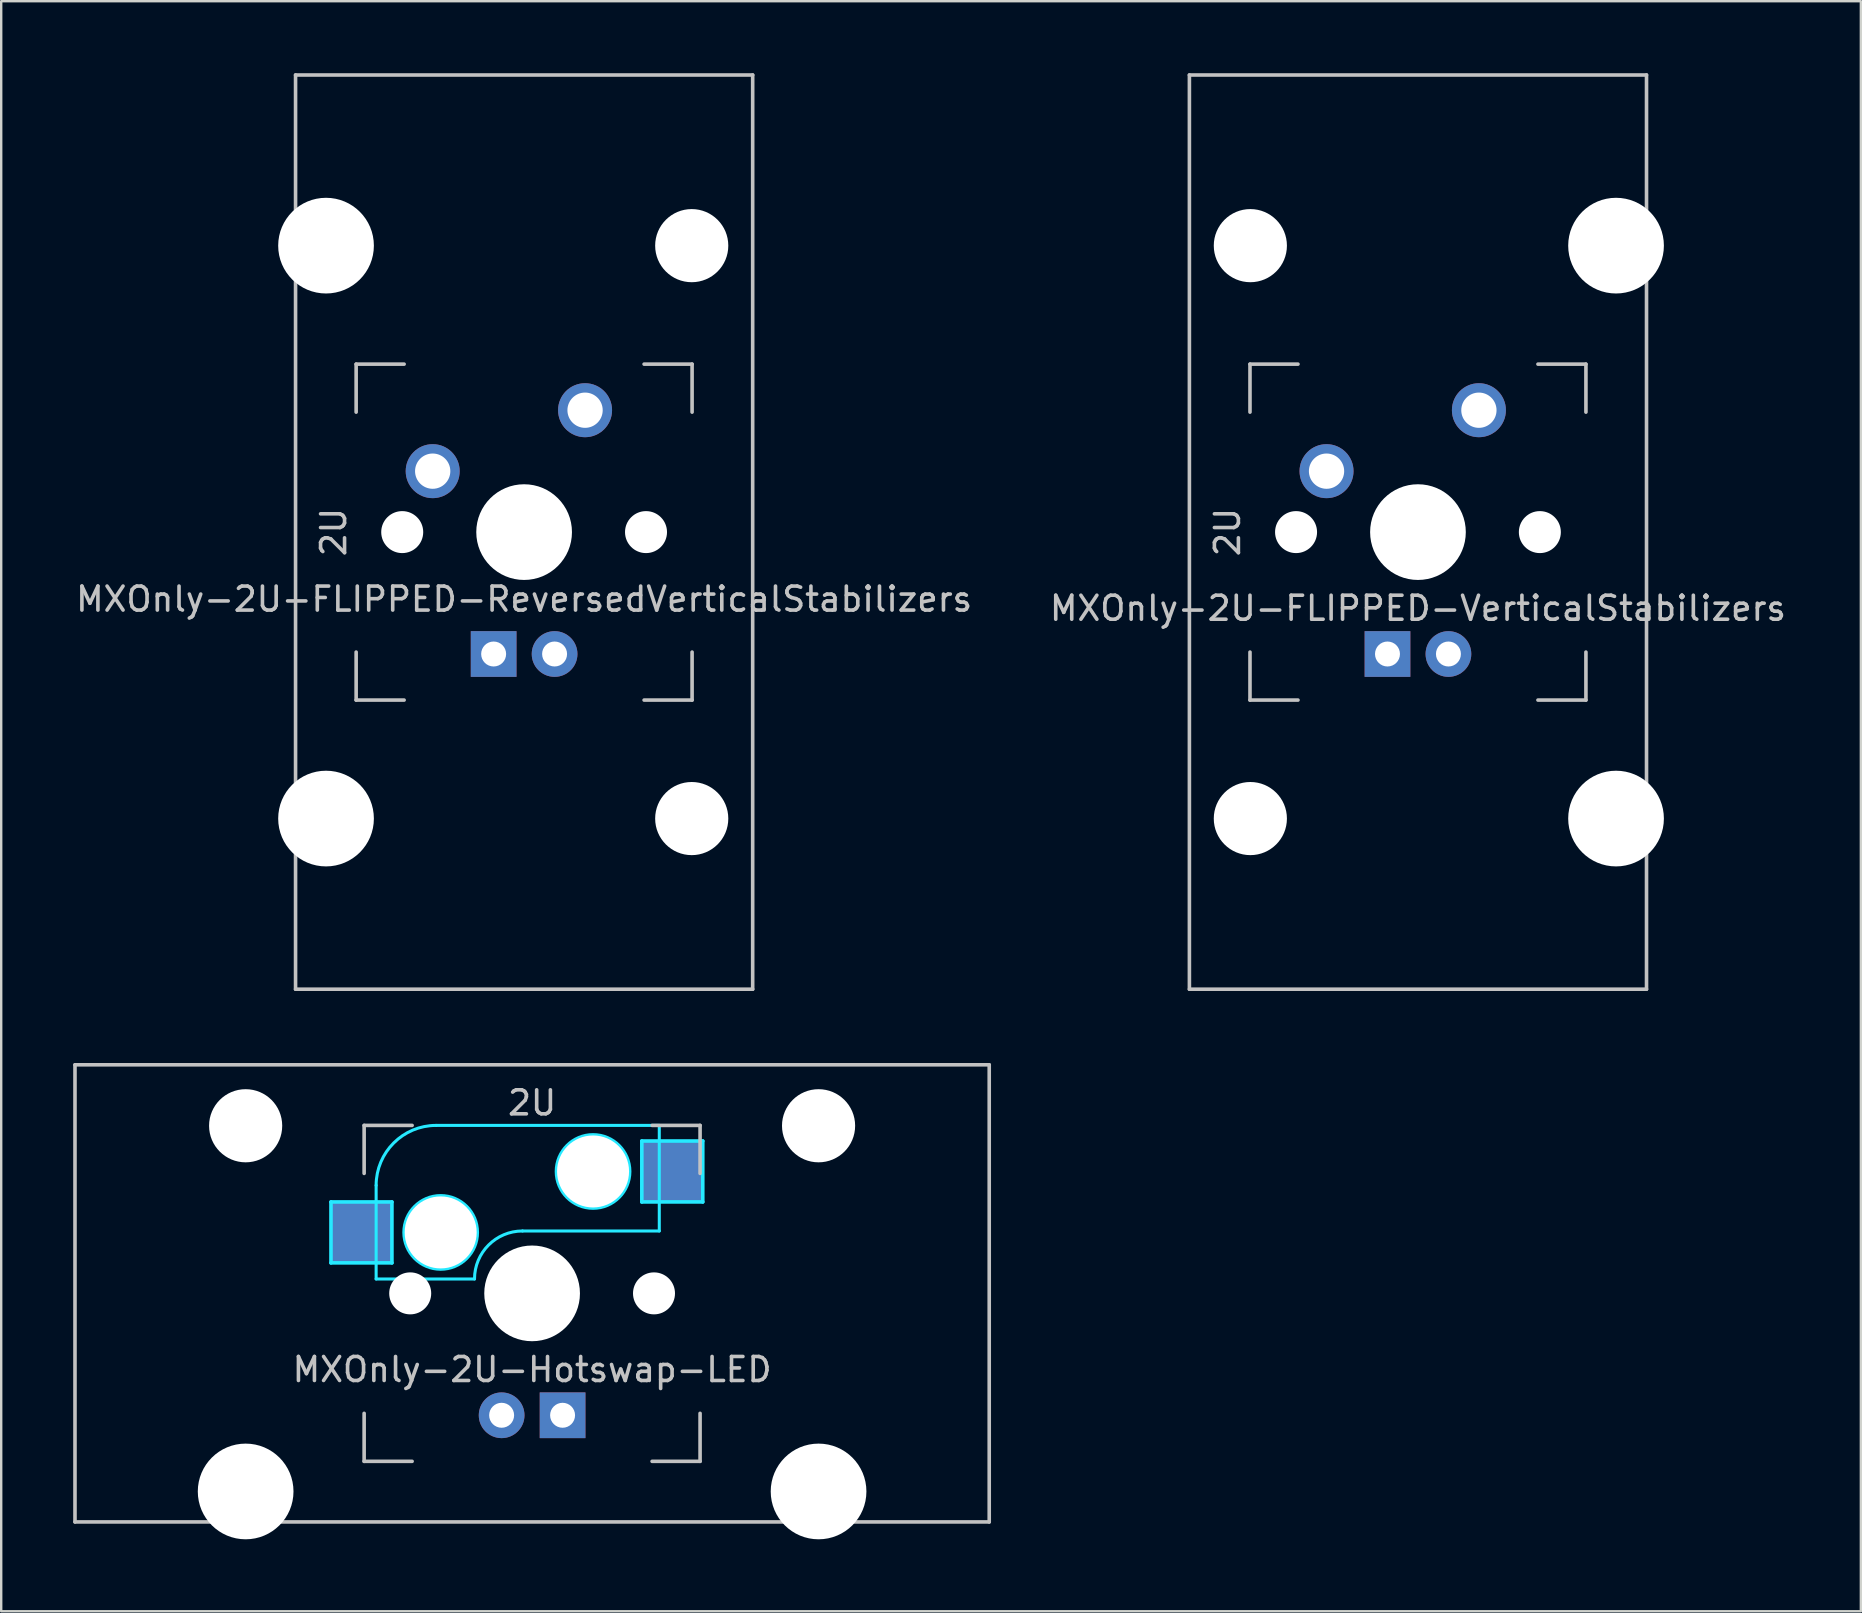
<source format=kicad_pcb>
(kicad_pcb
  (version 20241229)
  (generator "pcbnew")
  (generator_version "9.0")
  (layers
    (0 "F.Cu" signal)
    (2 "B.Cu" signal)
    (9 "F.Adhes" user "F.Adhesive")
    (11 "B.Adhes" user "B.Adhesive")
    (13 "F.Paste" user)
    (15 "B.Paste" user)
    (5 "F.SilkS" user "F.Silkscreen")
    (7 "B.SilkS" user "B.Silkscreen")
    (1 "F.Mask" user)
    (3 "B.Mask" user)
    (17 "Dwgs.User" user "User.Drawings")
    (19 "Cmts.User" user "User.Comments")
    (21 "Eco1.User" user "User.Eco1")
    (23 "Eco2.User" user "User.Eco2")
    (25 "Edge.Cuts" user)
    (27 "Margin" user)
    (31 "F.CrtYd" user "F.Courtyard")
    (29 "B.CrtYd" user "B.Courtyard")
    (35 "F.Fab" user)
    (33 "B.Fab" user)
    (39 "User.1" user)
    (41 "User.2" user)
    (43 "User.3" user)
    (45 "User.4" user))
  (footprint "MXOnly-2U-FLIPPED-ReversedVerticalStabilizers"
    (layer "F.Cu")
    (at 18.792 19.125)
    (property "Reference" "MXOnly-2U-FLIPPED-ReversedVerticalStabilizers" (at 0 2.794 0) (layer "Dwgs.User") (effects (font (size 1 1) (thickness 0.15))))
    (attr through_hole)
    (fp_line (start -9.525 -19.05) (end 9.525 -19.05) (stroke (width 0.15) (type solid)) (layer "Dwgs.User"))
    (fp_line (start -9.525 19.05) (end -9.525 -19.05) (stroke (width 0.15) (type solid)) (layer "Dwgs.User"))
    (fp_line (start -7 -7) (end -7 -5) (stroke (width 0.15) (type solid)) (layer "Dwgs.User"))
    (fp_line (start -7 5) (end -7 7) (stroke (width 0.15) (type solid)) (layer "Dwgs.User"))
    (fp_line (start -7 7) (end -5 7) (stroke (width 0.15) (type solid)) (layer "Dwgs.User"))
    (fp_line (start -5 -7) (end -7 -7) (stroke (width 0.15) (type solid)) (layer "Dwgs.User"))
    (fp_line (start 5 -7) (end 7 -7) (stroke (width 0.15) (type solid)) (layer "Dwgs.User"))
    (fp_line (start 5 7) (end 7 7) (stroke (width 0.15) (type solid)) (layer "Dwgs.User"))
    (fp_line (start 7 -7) (end 7 -5) (stroke (width 0.15) (type solid)) (layer "Dwgs.User"))
    (fp_line (start 7 7) (end 7 5) (stroke (width 0.15) (type solid)) (layer "Dwgs.User"))
    (fp_line (start 9.525 19.05) (end -9.525 19.05) (stroke (width 0.15) (type solid)) (layer "Dwgs.User"))
    (fp_line (start 9.525 19.05) (end 9.525 -19.05) (stroke (width 0.15) (type solid)) (layer "Dwgs.User"))
    (fp_text user "2U" (at -7.938 0 270) (layer "Dwgs.User") (effects (font (size 1 1) (thickness 0.15))))
    (pad "" np_thru_hole circle (at -8.255 -11.938 90) (size 3.988 3.988) (drill 3.988) (layers "*.Cu" "*.Mask"))
    (pad "" np_thru_hole circle (at -8.255 11.938 90) (size 3.988 3.988) (drill 3.988) (layers "*.Cu" "*.Mask"))
    (pad "" np_thru_hole circle (at -5.08 0 48.1) (size 1.75 1.75) (drill 1.75) (layers "*.Cu" "*.Mask"))
    (pad "" np_thru_hole circle (at 0 0) (size 3.988 3.988) (drill 3.988) (layers "*.Cu" "*.Mask"))
    (pad "" np_thru_hole circle (at 5.08 0 48.1) (size 1.75 1.75) (drill 1.75) (layers "*.Cu" "*.Mask"))
    (pad "" np_thru_hole circle (at 6.985 -11.938 180) (size 3.048 3.048) (drill 3.048) (layers "*.Cu" "*.Mask"))
    (pad "" np_thru_hole circle (at 6.985 11.938 90) (size 3.048 3.048) (drill 3.048) (layers "*.Cu" "*.Mask"))
    (pad "1" thru_hole circle (at -3.81 -2.54) (size 2.25 2.25) (drill 1.47) (layers "*.Cu" "B.Mask"))
    (pad "2" thru_hole circle (at 2.54 -5.08) (size 2.25 2.25) (drill 1.47) (layers "*.Cu" "B.Mask"))
    (pad "3" thru_hole circle (at 1.27 5.08) (size 1.905 1.905) (drill 1.04) (layers "*.Cu" "B.Mask"))
    (pad "4" thru_hole rect (at -1.27 5.08) (size 1.905 1.905) (drill 1.04) (layers "*.Cu" "B.Mask")))
  (footprint "MXOnly-2U-FLIPPED-VerticalStabilizers"
    (layer "F.Cu")
    (at 56.042 19.125)
    (property "Reference" "MXOnly-2U-FLIPPED-VerticalStabilizers" (at 0 3.175 0) (layer "Dwgs.User") (effects (font (size 1 1) (thickness 0.15))))
    (attr through_hole)
    (fp_line (start -9.525 -19.05) (end 9.525 -19.05) (stroke (width 0.15) (type solid)) (layer "Dwgs.User"))
    (fp_line (start -9.525 19.05) (end -9.525 -19.05) (stroke (width 0.15) (type solid)) (layer "Dwgs.User"))
    (fp_line (start -7 -7) (end -7 -5) (stroke (width 0.15) (type solid)) (layer "Dwgs.User"))
    (fp_line (start -7 5) (end -7 7) (stroke (width 0.15) (type solid)) (layer "Dwgs.User"))
    (fp_line (start -7 7) (end -5 7) (stroke (width 0.15) (type solid)) (layer "Dwgs.User"))
    (fp_line (start -5 -7) (end -7 -7) (stroke (width 0.15) (type solid)) (layer "Dwgs.User"))
    (fp_line (start 5 -7) (end 7 -7) (stroke (width 0.15) (type solid)) (layer "Dwgs.User"))
    (fp_line (start 5 7) (end 7 7) (stroke (width 0.15) (type solid)) (layer "Dwgs.User"))
    (fp_line (start 7 -7) (end 7 -5) (stroke (width 0.15) (type solid)) (layer "Dwgs.User"))
    (fp_line (start 7 7) (end 7 5) (stroke (width 0.15) (type solid)) (layer "Dwgs.User"))
    (fp_line (start 9.525 19.05) (end -9.525 19.05) (stroke (width 0.15) (type solid)) (layer "Dwgs.User"))
    (fp_line (start 9.525 19.05) (end 9.525 -19.05) (stroke (width 0.15) (type solid)) (layer "Dwgs.User"))
    (fp_text user "2U" (at -7.938 0 270) (layer "Dwgs.User") (effects (font (size 1 1) (thickness 0.15))))
    (pad "" np_thru_hole circle (at -6.985 -11.938 180) (size 3.048 3.048) (drill 3.048) (layers "*.Cu" "*.Mask"))
    (pad "" np_thru_hole circle (at -6.985 11.938 90) (size 3.048 3.048) (drill 3.048) (layers "*.Cu" "*.Mask"))
    (pad "" np_thru_hole circle (at -5.08 0 48.1) (size 1.75 1.75) (drill 1.75) (layers "*.Cu" "*.Mask"))
    (pad "" np_thru_hole circle (at 0 0) (size 3.988 3.988) (drill 3.988) (layers "*.Cu" "*.Mask"))
    (pad "" np_thru_hole circle (at 5.08 0 48.1) (size 1.75 1.75) (drill 1.75) (layers "*.Cu" "*.Mask"))
    (pad "" np_thru_hole circle (at 8.255 -11.938 90) (size 3.988 3.988) (drill 3.988) (layers "*.Cu" "*.Mask"))
    (pad "" np_thru_hole circle (at 8.255 11.938 90) (size 3.988 3.988) (drill 3.988) (layers "*.Cu" "*.Mask"))
    (pad "1" thru_hole circle (at -3.81 -2.54) (size 2.25 2.25) (drill 1.47) (layers "*.Cu" "B.Mask"))
    (pad "2" thru_hole circle (at 2.54 -5.08) (size 2.25 2.25) (drill 1.47) (layers "*.Cu" "B.Mask"))
    (pad "3" thru_hole circle (at 1.27 5.08) (size 1.905 1.905) (drill 1.04) (layers "*.Cu" "B.Mask"))
    (pad "4" thru_hole rect (at -1.27 5.08) (size 1.905 1.905) (drill 1.04) (layers "*.Cu" "B.Mask")))
  (footprint "MXOnly-2U-Hotswap-LED"
    (layer "F.Cu")
    (at 19.125 50.85)
    (property "Reference" "MXOnly-2U-Hotswap-LED" (at 0 3.175 0) (layer "Dwgs.User") (effects (font (size 1 1) (thickness 0.15))))
    (attr through_hole)
    (fp_line (start -19.05 -9.525) (end 19.05 -9.525) (stroke (width 0.15) (type solid)) (layer "Dwgs.User"))
    (fp_line (start -19.05 9.525) (end -19.05 -9.525) (stroke (width 0.15) (type solid)) (layer "Dwgs.User"))
    (fp_line (start -7 -7) (end -7 -5) (stroke (width 0.15) (type solid)) (layer "Dwgs.User"))
    (fp_line (start -7 5) (end -7 7) (stroke (width 0.15) (type solid)) (layer "Dwgs.User"))
    (fp_line (start -7 7) (end -5 7) (stroke (width 0.15) (type solid)) (layer "Dwgs.User"))
    (fp_line (start -5 -7) (end -7 -7) (stroke (width 0.15) (type solid)) (layer "Dwgs.User"))
    (fp_line (start 5 -7) (end 7 -7) (stroke (width 0.15) (type solid)) (layer "Dwgs.User"))
    (fp_line (start 5 7) (end 7 7) (stroke (width 0.15) (type solid)) (layer "Dwgs.User"))
    (fp_line (start 7 -7) (end 7 -5) (stroke (width 0.15) (type solid)) (layer "Dwgs.User"))
    (fp_line (start 7 7) (end 7 5) (stroke (width 0.15) (type solid)) (layer "Dwgs.User"))
    (fp_line (start 19.05 -9.525) (end 19.05 9.525) (stroke (width 0.15) (type solid)) (layer "Dwgs.User"))
    (fp_line (start 19.05 9.525) (end -19.05 9.525) (stroke (width 0.15) (type solid)) (layer "Dwgs.User"))
    (fp_line (start -8.382 -3.81) (end -5.842 -3.81) (stroke (width 0.15) (type solid)) (layer "B.CrtYd"))
    (fp_line (start -8.382 -1.27) (end -8.382 -3.81) (stroke (width 0.15) (type solid)) (layer "B.CrtYd"))
    (fp_line (start -6.5 -4.5) (end -6.5 -0.6) (stroke (width 0.127) (type solid)) (layer "B.CrtYd"))
    (fp_line (start -6.5 -0.6) (end -2.4 -0.6) (stroke (width 0.127) (type solid)) (layer "B.CrtYd"))
    (fp_line (start -5.842 -3.81) (end -5.842 -1.27) (stroke (width 0.15) (type solid)) (layer "B.CrtYd"))
    (fp_line (start -5.842 -1.27) (end -8.382 -1.27) (stroke (width 0.15) (type solid)) (layer "B.CrtYd"))
    (fp_line (start -0.4 -2.6) (end 5.3 -2.6) (stroke (width 0.127) (type solid)) (layer "B.CrtYd"))
    (fp_line (start 4.572 -6.35) (end 7.112 -6.35) (stroke (width 0.15) (type solid)) (layer "B.CrtYd"))
    (fp_line (start 4.572 -3.81) (end 4.572 -6.35) (stroke (width 0.15) (type solid)) (layer "B.CrtYd"))
    (fp_line (start 5.3 -7) (end -4 -7) (stroke (width 0.127) (type solid)) (layer "B.CrtYd"))
    (fp_line (start 5.3 -7) (end 5.3 -2.6) (stroke (width 0.127) (type solid)) (layer "B.CrtYd"))
    (fp_line (start 7.112 -6.35) (end 7.112 -3.81) (stroke (width 0.15) (type solid)) (layer "B.CrtYd"))
    (fp_line (start 7.112 -3.81) (end 4.572 -3.81) (stroke (width 0.15) (type solid)) (layer "B.CrtYd"))
    (fp_arc (start -6.5 -4.5) (mid -5.767767 -6.267767) (end -4 -7) (stroke (width 0.127) (type solid)) (layer "B.CrtYd"))
    (fp_arc (start -2.4 -0.6) (mid -1.814214 -2.014214) (end -0.4 -2.6) (stroke (width 0.127) (type solid)) (layer "B.CrtYd"))
    (fp_circle (center -3.81 -2.54) (end -3.81 -4.064) (stroke (width 0.15) (type solid)) (fill no) (layer "B.CrtYd"))
    (fp_circle (center 2.54 -5.08) (end 2.54 -6.604) (stroke (width 0.15) (type solid)) (fill no) (layer "B.CrtYd"))
    (fp_text user "2U" (at 0 -7.938 0) (layer "Dwgs.User") (effects (font (size 1 1) (thickness 0.15))))
    (pad "" np_thru_hole circle (at -11.938 -6.985) (size 3.048 3.048) (drill 3.048) (layers "*.Cu" "*.Mask"))
    (pad "" np_thru_hole circle (at -11.938 8.255) (size 3.988 3.988) (drill 3.988) (layers "*.Cu" "*.Mask"))
    (pad "" np_thru_hole circle (at -5.08 0 48.1) (size 1.75 1.75) (drill 1.75) (layers "*.Cu" "*.Mask"))
    (pad "" np_thru_hole circle (at -3.81 -2.54) (size 3 3) (drill 3) (layers "*.Cu" "*.Mask"))
    (pad "" np_thru_hole circle (at 0 0) (size 3.988 3.988) (drill 3.988) (layers "*.Cu" "*.Mask"))
    (pad "" np_thru_hole circle (at 2.54 -5.08) (size 3 3) (drill 3) (layers "*.Cu" "*.Mask"))
    (pad "" np_thru_hole circle (at 5.08 0 48.1) (size 1.75 1.75) (drill 1.75) (layers "*.Cu" "*.Mask"))
    (pad "" np_thru_hole circle (at 11.938 -6.985) (size 3.048 3.048) (drill 3.048) (layers "*.Cu" "*.Mask"))
    (pad "" np_thru_hole circle (at 11.938 8.255) (size 3.988 3.988) (drill 3.988) (layers "*.Cu" "*.Mask"))
    (pad "1" smd rect (at -7.085 -2.54) (size 2.55 2.5) (layers "B.Cu" "B.Mask" "B.Paste"))
    (pad "2" smd rect (at 5.842 -5.08) (size 2.55 2.5) (layers "B.Cu" "B.Mask" "B.Paste"))
    (pad "3" thru_hole circle (at -1.27 5.08) (size 1.905 1.905) (drill 1.04) (layers "*.Cu" "B.Mask"))
    (pad "4" thru_hole rect (at 1.27 5.08) (size 1.905 1.905) (drill 1.04) (layers "*.Cu" "B.Mask")))
  (gr_rect
    (start -3 -3)
    (end 74.5 64.099)
    (stroke (width 0.1) (type default))
    (fill no)
    (layer "Edge.Cuts")))
</source>
